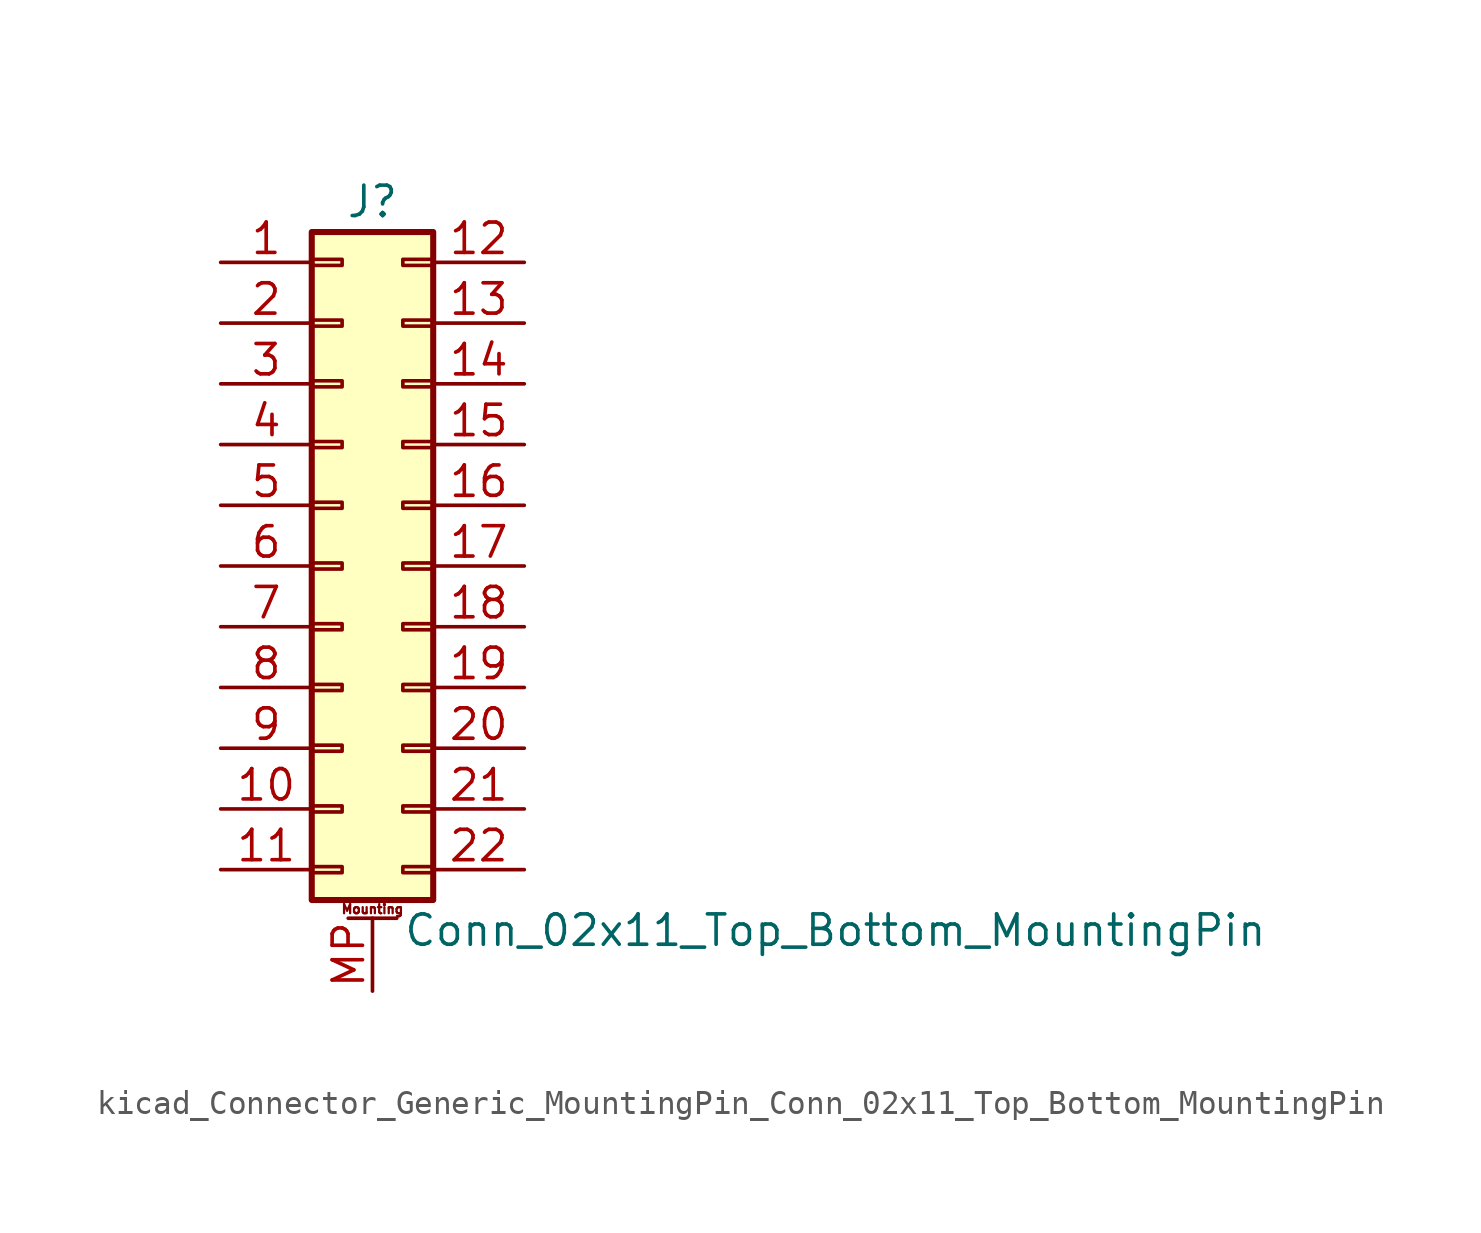
<source format=kicad_sym>
(kicad_symbol_lib
  (version 20220914)
  (generator kicad_symbol_editor)
  (symbol "kicad_Connector_Generic_MountingPin_Conn_02x11_Top_Bottom_MountingPin"
    (pin_names
      (offset 1.016) hide)
    (property "Reference" "J"
      (at 1.27 15.24 0)
      (effects (font (size 1.27 1.27))))
    (property "Value" "Conn_02x11_Top_Bottom_MountingPin"
      (at 2.54 -15.24 0)
      (effects (font (size 1.27 1.27)) (justify left)))
    (symbol "kicad_Connector_Generic_MountingPin_Conn_02x11_Top_Bottom_MountingPin_1_1"
      (rectangle (start -1.27 -12.573) (end 0 -12.827) (stroke (width 0.152) (type default)) (fill (type none)))
      (rectangle (start -1.27 -10.033) (end 0 -10.287) (stroke (width 0.152) (type default)) (fill (type none)))
      (rectangle (start -1.27 -7.493) (end 0 -7.747) (stroke (width 0.152) (type default)) (fill (type none)))
      (rectangle (start -1.27 -4.953) (end 0 -5.207) (stroke (width 0.152) (type default)) (fill (type none)))
      (rectangle (start -1.27 -2.413) (end 0 -2.667) (stroke (width 0.152) (type default)) (fill (type none)))
      (rectangle (start -1.27 0.127) (end 0 -0.127) (stroke (width 0.152) (type default)) (fill (type none)))
      (rectangle (start -1.27 2.667) (end 0 2.413) (stroke (width 0.152) (type default)) (fill (type none)))
      (rectangle (start -1.27 5.207) (end 0 4.953) (stroke (width 0.152) (type default)) (fill (type none)))
      (rectangle (start -1.27 7.747) (end 0 7.493) (stroke (width 0.152) (type default)) (fill (type none)))
      (rectangle (start -1.27 10.287) (end 0 10.033) (stroke (width 0.152) (type default)) (fill (type none)))
      (rectangle (start -1.27 12.827) (end 0 12.573) (stroke (width 0.152) (type default)) (fill (type none)))
      (rectangle (start -1.27 13.97) (end 3.81 -13.97) (stroke (width 0.254) (type default)) (fill (type background)))
      (polyline (pts (xy 0.254 -14.732) (xy 2.286 -14.732)) (stroke (width 0.152) (type default)) (fill (type none)))
      (rectangle (start 3.81 -12.573) (end 2.54 -12.827) (stroke (width 0.152) (type default)) (fill (type none)))
      (rectangle (start 3.81 -10.033) (end 2.54 -10.287) (stroke (width 0.152) (type default)) (fill (type none)))
      (rectangle (start 3.81 -7.493) (end 2.54 -7.747) (stroke (width 0.152) (type default)) (fill (type none)))
      (rectangle (start 3.81 -4.953) (end 2.54 -5.207) (stroke (width 0.152) (type default)) (fill (type none)))
      (rectangle (start 3.81 -2.413) (end 2.54 -2.667) (stroke (width 0.152) (type default)) (fill (type none)))
      (rectangle (start 3.81 0.127) (end 2.54 -0.127) (stroke (width 0.152) (type default)) (fill (type none)))
      (rectangle (start 3.81 2.667) (end 2.54 2.413) (stroke (width 0.152) (type default)) (fill (type none)))
      (rectangle (start 3.81 5.207) (end 2.54 4.953) (stroke (width 0.152) (type default)) (fill (type none)))
      (rectangle (start 3.81 7.747) (end 2.54 7.493) (stroke (width 0.152) (type default)) (fill (type none)))
      (rectangle (start 3.81 10.287) (end 2.54 10.033) (stroke (width 0.152) (type default)) (fill (type none)))
      (rectangle (start 3.81 12.827) (end 2.54 12.573) (stroke (width 0.152) (type default)) (fill (type none)))
      (text "Mounting" (at 1.27 -14.351 0) (effects (font (size 0.381 0.381))))
      (pin passive line (at -5.08 12.7 0) (length 3.81) (name "Pin_1" (effects (font (size 1.27 1.27)))) (number "1" (effects (font (size 1.27 1.27)))))
      (pin passive line (at -5.08 -10.16 0) (length 3.81) (name "Pin_10" (effects (font (size 1.27 1.27)))) (number "10" (effects (font (size 1.27 1.27)))))
      (pin passive line (at -5.08 -12.7 0) (length 3.81) (name "Pin_11" (effects (font (size 1.27 1.27)))) (number "11" (effects (font (size 1.27 1.27)))))
      (pin passive line (at 7.62 12.7 180) (length 3.81) (name "Pin_12" (effects (font (size 1.27 1.27)))) (number "12" (effects (font (size 1.27 1.27)))))
      (pin passive line (at 7.62 10.16 180) (length 3.81) (name "Pin_13" (effects (font (size 1.27 1.27)))) (number "13" (effects (font (size 1.27 1.27)))))
      (pin passive line (at 7.62 7.62 180) (length 3.81) (name "Pin_14" (effects (font (size 1.27 1.27)))) (number "14" (effects (font (size 1.27 1.27)))))
      (pin passive line (at 7.62 5.08 180) (length 3.81) (name "Pin_15" (effects (font (size 1.27 1.27)))) (number "15" (effects (font (size 1.27 1.27)))))
      (pin passive line (at 7.62 2.54 180) (length 3.81) (name "Pin_16" (effects (font (size 1.27 1.27)))) (number "16" (effects (font (size 1.27 1.27)))))
      (pin passive line (at 7.62 0 180) (length 3.81) (name "Pin_17" (effects (font (size 1.27 1.27)))) (number "17" (effects (font (size 1.27 1.27)))))
      (pin passive line (at 7.62 -2.54 180) (length 3.81) (name "Pin_18" (effects (font (size 1.27 1.27)))) (number "18" (effects (font (size 1.27 1.27)))))
      (pin passive line (at 7.62 -5.08 180) (length 3.81) (name "Pin_19" (effects (font (size 1.27 1.27)))) (number "19" (effects (font (size 1.27 1.27)))))
      (pin passive line (at -5.08 10.16 0) (length 3.81) (name "Pin_2" (effects (font (size 1.27 1.27)))) (number "2" (effects (font (size 1.27 1.27)))))
      (pin passive line (at 7.62 -7.62 180) (length 3.81) (name "Pin_20" (effects (font (size 1.27 1.27)))) (number "20" (effects (font (size 1.27 1.27)))))
      (pin passive line (at 7.62 -10.16 180) (length 3.81) (name "Pin_21" (effects (font (size 1.27 1.27)))) (number "21" (effects (font (size 1.27 1.27)))))
      (pin passive line (at 7.62 -12.7 180) (length 3.81) (name "Pin_22" (effects (font (size 1.27 1.27)))) (number "22" (effects (font (size 1.27 1.27)))))
      (pin passive line (at -5.08 7.62 0) (length 3.81) (name "Pin_3" (effects (font (size 1.27 1.27)))) (number "3" (effects (font (size 1.27 1.27)))))
      (pin passive line (at -5.08 5.08 0) (length 3.81) (name "Pin_4" (effects (font (size 1.27 1.27)))) (number "4" (effects (font (size 1.27 1.27)))))
      (pin passive line (at -5.08 2.54 0) (length 3.81) (name "Pin_5" (effects (font (size 1.27 1.27)))) (number "5" (effects (font (size 1.27 1.27)))))
      (pin passive line (at -5.08 0 0) (length 3.81) (name "Pin_6" (effects (font (size 1.27 1.27)))) (number "6" (effects (font (size 1.27 1.27)))))
      (pin passive line (at -5.08 -2.54 0) (length 3.81) (name "Pin_7" (effects (font (size 1.27 1.27)))) (number "7" (effects (font (size 1.27 1.27)))))
      (pin passive line (at -5.08 -5.08 0) (length 3.81) (name "Pin_8" (effects (font (size 1.27 1.27)))) (number "8" (effects (font (size 1.27 1.27)))))
      (pin passive line (at -5.08 -7.62 0) (length 3.81) (name "Pin_9" (effects (font (size 1.27 1.27)))) (number "9" (effects (font (size 1.27 1.27)))))
      (pin passive line (at 1.27 -17.78 90) (length 3.048) (name "MountPin" (effects (font (size 1.27 1.27)))) (number "MP" (effects (font (size 1.27 1.27))))))))
</source>
